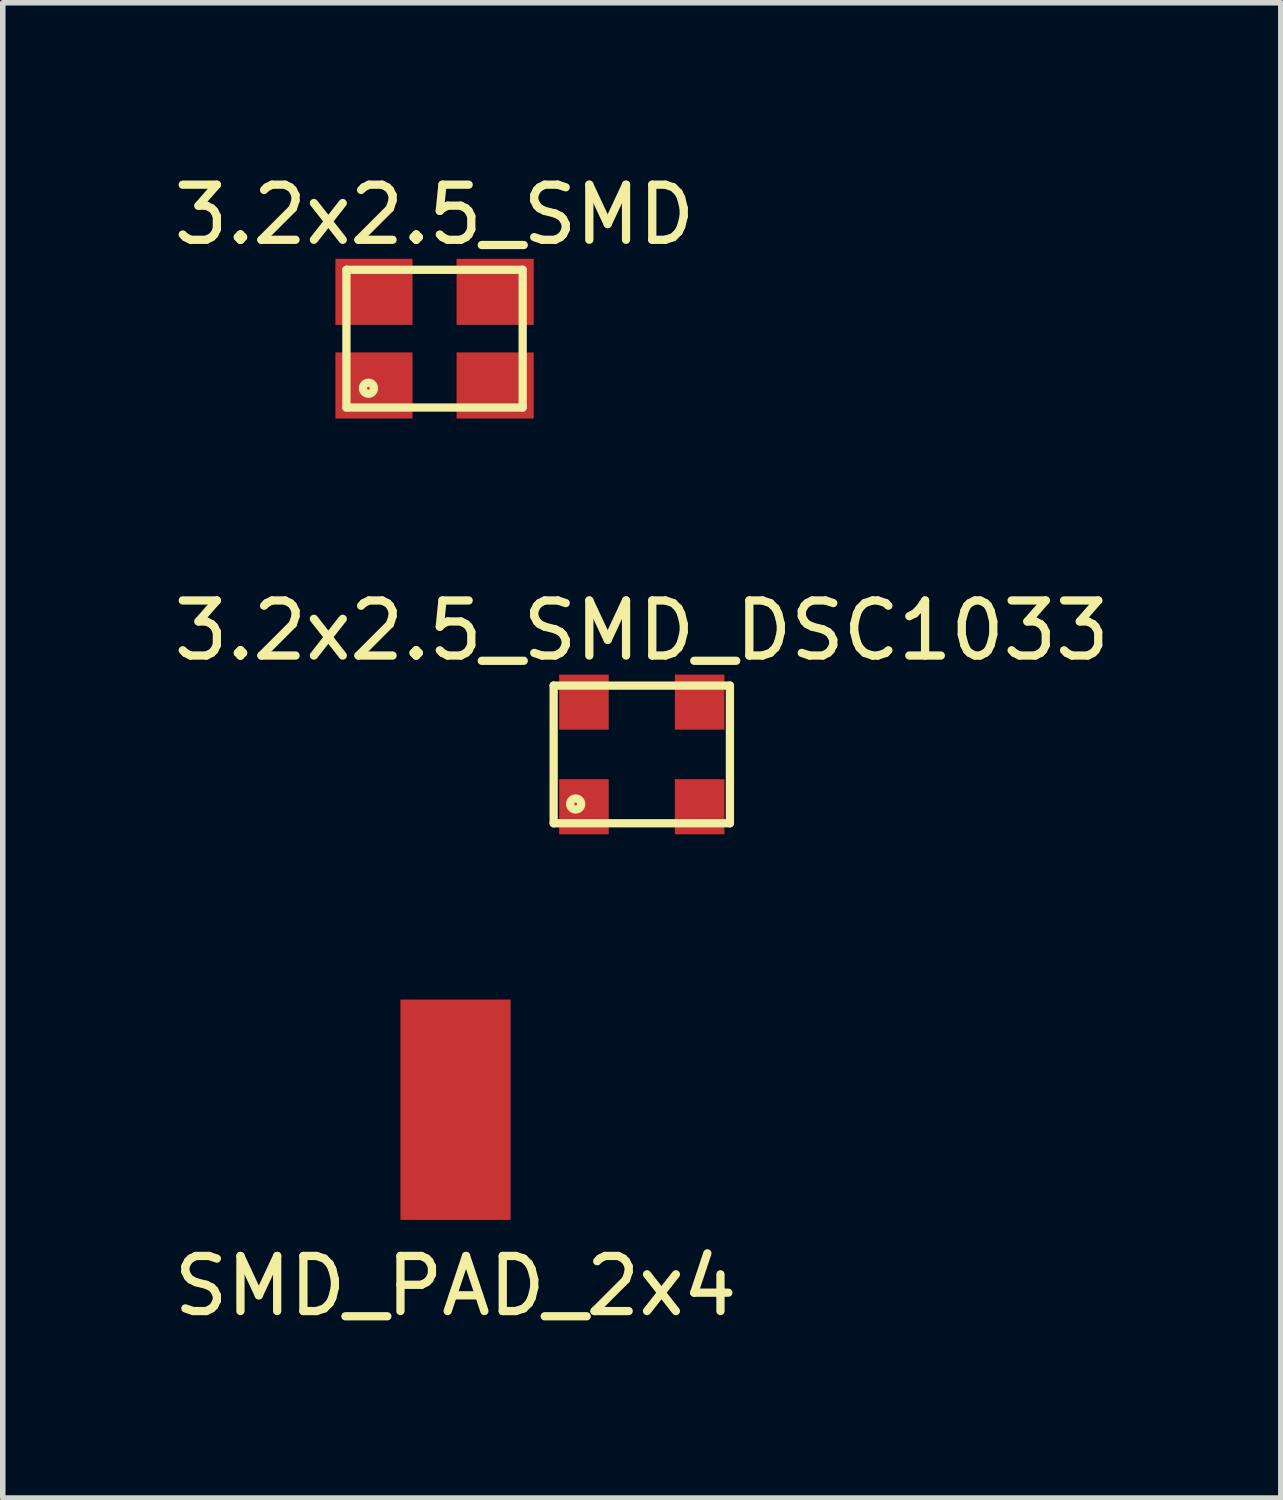
<source format=kicad_pcb>
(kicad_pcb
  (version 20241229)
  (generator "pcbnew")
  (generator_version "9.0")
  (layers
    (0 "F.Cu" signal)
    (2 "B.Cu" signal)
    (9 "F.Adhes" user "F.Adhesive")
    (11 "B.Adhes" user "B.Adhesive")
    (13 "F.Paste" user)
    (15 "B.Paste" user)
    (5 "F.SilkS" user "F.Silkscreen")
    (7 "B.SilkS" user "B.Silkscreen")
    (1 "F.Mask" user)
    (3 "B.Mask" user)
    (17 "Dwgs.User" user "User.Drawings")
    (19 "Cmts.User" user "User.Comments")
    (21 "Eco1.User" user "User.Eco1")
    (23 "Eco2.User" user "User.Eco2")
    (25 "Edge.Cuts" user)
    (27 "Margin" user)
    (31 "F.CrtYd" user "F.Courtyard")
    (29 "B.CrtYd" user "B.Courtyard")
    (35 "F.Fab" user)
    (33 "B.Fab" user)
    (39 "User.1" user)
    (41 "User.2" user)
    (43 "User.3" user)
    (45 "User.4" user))
  (footprint "SMD_PAD_2x4"
    (layer "F.Cu")
    (at 5.22 17.096)
    (property "Reference" "SMD_PAD_2x4" (at 0 3.2 0) (layer "F.SilkS") (effects (font (size 1 1) (thickness 0.15))))
    (attr through_hole)
    (pad "1" smd rect (at 0 0) (size 2 4) (layers "F.Cu" "F.Mask" "F.Paste")))
  (footprint "3.2x2.5_SMD_DSC1033"
    (layer "F.Cu")
    (at 8.601 10.646)
    (property "Reference" "3.2x2.5_SMD_DSC1033" (at 0 -2.25 0) (layer "F.SilkS") (effects (font (size 1 1) (thickness 0.15))))
    (attr through_hole)
    (fp_line (start -1.6 -1.25) (end 1.6 -1.25) (stroke (width 0.15) (type solid)) (layer "F.SilkS"))
    (fp_line (start -1.6 1.25) (end -1.6 -1.25) (stroke (width 0.15) (type solid)) (layer "F.SilkS"))
    (fp_line (start 1.6 -1.25) (end 1.6 1.25) (stroke (width 0.15) (type solid)) (layer "F.SilkS"))
    (fp_line (start 1.6 1.25) (end -1.6 1.25) (stroke (width 0.15) (type solid)) (layer "F.SilkS"))
    (fp_circle (center -1.2 0.9) (end -1.3 0.9) (stroke (width 0.15) (type solid)) (fill no) (layer "F.SilkS"))
    (pad "1" smd rect (at -1.05 0.95) (size 0.9 1) (layers "F.Cu" "F.Mask" "F.Paste"))
    (pad "2" smd rect (at 1.05 0.95) (size 0.9 1) (layers "F.Cu" "F.Mask" "F.Paste"))
    (pad "3" smd rect (at 1.05 -0.95) (size 0.9 1) (layers "F.Cu" "F.Mask" "F.Paste"))
    (pad "4" smd rect (at -1.05 -0.95) (size 0.9 1) (layers "F.Cu" "F.Mask" "F.Paste")))
  (footprint "3.2x2.5_SMD"
    (layer "F.Cu")
    (at 4.839 3.098)
    (property "Reference" "3.2x2.5_SMD" (at 0 -2.25 0) (layer "F.SilkS") (effects (font (size 1 1) (thickness 0.15))))
    (attr through_hole)
    (fp_line (start -1.6 -1.25) (end 1.6 -1.25) (stroke (width 0.15) (type solid)) (layer "F.SilkS"))
    (fp_line (start -1.6 1.25) (end -1.6 -1.25) (stroke (width 0.15) (type solid)) (layer "F.SilkS"))
    (fp_line (start 1.6 -1.25) (end 1.6 1.25) (stroke (width 0.15) (type solid)) (layer "F.SilkS"))
    (fp_line (start 1.6 1.25) (end -1.6 1.25) (stroke (width 0.15) (type solid)) (layer "F.SilkS"))
    (fp_circle (center -1.2 0.9) (end -1.3 0.9) (stroke (width 0.15) (type solid)) (fill no) (layer "F.SilkS"))
    (pad "1" smd rect (at -1.1 0.85) (size 1.4 1.2) (layers "F.Cu" "F.Mask" "F.Paste"))
    (pad "2" smd rect (at 1.1 0.85) (size 1.4 1.2) (layers "F.Cu" "F.Mask" "F.Paste"))
    (pad "3" smd rect (at 1.1 -0.85) (size 1.4 1.2) (layers "F.Cu" "F.Mask" "F.Paste"))
    (pad "4" smd rect (at -1.1 -0.85) (size 1.4 1.2) (layers "F.Cu" "F.Mask" "F.Paste")))
  (gr_rect
    (start -3 -3)
    (end 20.202 24.145)
    (stroke (width 0.1) (type default))
    (fill no)
    (layer "Edge.Cuts")))
</source>
